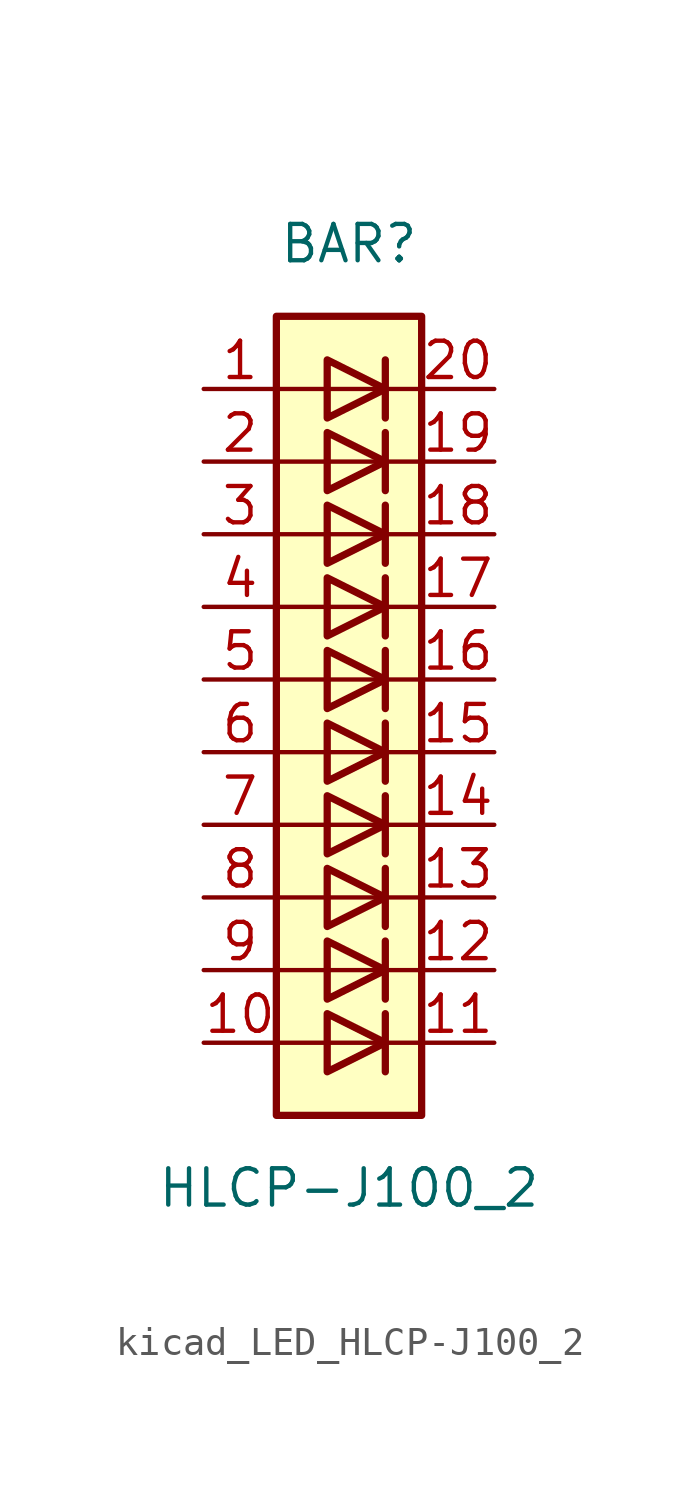
<source format=kicad_sym>
(kicad_symbol_lib
  (version 20220914)
  (generator kicad_symbol_editor)
  (symbol "kicad_LED_HLCP-J100_2"
    (pin_names
      (offset 1.016) hide)
    (property "Reference" "BAR"
      (at 0 15.24 0)
      (effects (font (size 1.27 1.27))))
    (property "Value" "HLCP-J100_2"
      (at 0 -17.78 0)
      (effects (font (size 1.27 1.27))))
    (symbol "kicad_LED_HLCP-J100_2_0_1"
      (rectangle (start -2.54 12.7) (end 2.54 -15.24) (stroke (width 0.254) (type default)) (fill (type background)))
      (polyline (pts (xy -2.54 -12.7) (xy 2.54 -12.7)) (stroke (width 0) (type default)) (fill (type none)))
      (polyline (pts (xy -2.54 -10.16) (xy 2.54 -10.16)) (stroke (width 0) (type default)) (fill (type none)))
      (polyline (pts (xy -2.54 -7.62) (xy 2.54 -7.62)) (stroke (width 0) (type default)) (fill (type none)))
      (polyline (pts (xy -2.54 -5.08) (xy 2.54 -5.08)) (stroke (width 0) (type default)) (fill (type none)))
      (polyline (pts (xy -2.54 0) (xy 2.54 0)) (stroke (width 0) (type default)) (fill (type none)))
      (polyline (pts (xy -2.54 5.08) (xy 2.54 5.08)) (stroke (width 0) (type default)) (fill (type none)))
      (polyline (pts (xy -2.54 7.62) (xy 2.54 7.62)) (stroke (width 0) (type default)) (fill (type none)))
      (polyline (pts (xy -2.54 10.16) (xy 2.54 10.16)) (stroke (width 0) (type default)) (fill (type none)))
      (polyline (pts (xy 1.27 -11.684) (xy 1.27 -13.716)) (stroke (width 0.254) (type default)) (fill (type none)))
      (polyline (pts (xy 1.27 -9.144) (xy 1.27 -11.176)) (stroke (width 0.254) (type default)) (fill (type none)))
      (polyline (pts (xy 1.27 -6.604) (xy 1.27 -8.636)) (stroke (width 0.254) (type default)) (fill (type none)))
      (polyline (pts (xy 1.27 -4.064) (xy 1.27 -6.096)) (stroke (width 0.254) (type default)) (fill (type none)))
      (polyline (pts (xy 1.27 -1.524) (xy 1.27 -3.556)) (stroke (width 0.254) (type default)) (fill (type none)))
      (polyline (pts (xy 1.27 1.016) (xy 1.27 -1.016)) (stroke (width 0.254) (type default)) (fill (type none)))
      (polyline (pts (xy 1.27 3.556) (xy 1.27 1.524)) (stroke (width 0.254) (type default)) (fill (type none)))
      (polyline (pts (xy 1.27 6.096) (xy 1.27 4.064)) (stroke (width 0.254) (type default)) (fill (type none)))
      (polyline (pts (xy 1.27 8.636) (xy 1.27 6.604)) (stroke (width 0.254) (type default)) (fill (type none)))
      (polyline (pts (xy 1.27 11.176) (xy 1.27 9.144)) (stroke (width 0.254) (type default)) (fill (type none)))
      (polyline (pts (xy 2.54 -2.54) (xy -2.54 -2.54)) (stroke (width 0) (type default)) (fill (type none)))
      (polyline (pts (xy 2.54 2.54) (xy -2.54 2.54)) (stroke (width 0) (type default)) (fill (type none)))
      (polyline (pts (xy -0.762 -11.684) (xy -0.762 -13.716) (xy 1.27 -12.7) (xy -0.762 -11.684)) (stroke (width 0.254) (type default)) (fill (type none)))
      (polyline (pts (xy -0.762 -9.144) (xy -0.762 -11.176) (xy 1.27 -10.16) (xy -0.762 -9.144)) (stroke (width 0.254) (type default)) (fill (type none)))
      (polyline (pts (xy -0.762 -6.604) (xy -0.762 -8.636) (xy 1.27 -7.62) (xy -0.762 -6.604)) (stroke (width 0.254) (type default)) (fill (type none)))
      (polyline (pts (xy -0.762 -4.064) (xy -0.762 -6.096) (xy 1.27 -5.08) (xy -0.762 -4.064)) (stroke (width 0.254) (type default)) (fill (type none)))
      (polyline (pts (xy -0.762 -1.524) (xy -0.762 -3.556) (xy 1.27 -2.54) (xy -0.762 -1.524)) (stroke (width 0.254) (type default)) (fill (type none)))
      (polyline (pts (xy -0.762 1.016) (xy -0.762 -1.016) (xy 1.27 0) (xy -0.762 1.016)) (stroke (width 0.254) (type default)) (fill (type none)))
      (polyline (pts (xy -0.762 3.556) (xy -0.762 1.524) (xy 1.27 2.54) (xy -0.762 3.556)) (stroke (width 0.254) (type default)) (fill (type none)))
      (polyline (pts (xy -0.762 6.096) (xy -0.762 4.064) (xy 1.27 5.08) (xy -0.762 6.096)) (stroke (width 0.254) (type default)) (fill (type none)))
      (polyline (pts (xy -0.762 8.636) (xy -0.762 6.604) (xy 1.27 7.62) (xy -0.762 8.636)) (stroke (width 0.254) (type default)) (fill (type none)))
      (polyline (pts (xy -0.762 11.176) (xy -0.762 9.144) (xy 1.27 10.16) (xy -0.762 11.176)) (stroke (width 0.254) (type default)) (fill (type none))))
    (symbol "kicad_LED_HLCP-J100_2_1_1"
      (pin passive line (at -5.08 10.16 0) (length 2.54) (name "A" (effects (font (size 1.27 1.27)))) (number "1" (effects (font (size 1.27 1.27)))))
      (pin passive line (at -5.08 -12.7 0) (length 2.54) (name "A" (effects (font (size 1.27 1.27)))) (number "10" (effects (font (size 1.27 1.27)))))
      (pin passive line (at 5.08 -12.7 180) (length 2.54) (name "K" (effects (font (size 1.27 1.27)))) (number "11" (effects (font (size 1.27 1.27)))))
      (pin passive line (at 5.08 -10.16 180) (length 2.54) (name "K" (effects (font (size 1.27 1.27)))) (number "12" (effects (font (size 1.27 1.27)))))
      (pin passive line (at 5.08 -7.62 180) (length 2.54) (name "K" (effects (font (size 1.27 1.27)))) (number "13" (effects (font (size 1.27 1.27)))))
      (pin passive line (at 5.08 -5.08 180) (length 2.54) (name "K" (effects (font (size 1.27 1.27)))) (number "14" (effects (font (size 1.27 1.27)))))
      (pin passive line (at 5.08 -2.54 180) (length 2.54) (name "K" (effects (font (size 1.27 1.27)))) (number "15" (effects (font (size 1.27 1.27)))))
      (pin passive line (at 5.08 0 180) (length 2.54) (name "K" (effects (font (size 1.27 1.27)))) (number "16" (effects (font (size 1.27 1.27)))))
      (pin passive line (at 5.08 2.54 180) (length 2.54) (name "K" (effects (font (size 1.27 1.27)))) (number "17" (effects (font (size 1.27 1.27)))))
      (pin passive line (at 5.08 5.08 180) (length 2.54) (name "K" (effects (font (size 1.27 1.27)))) (number "18" (effects (font (size 1.27 1.27)))))
      (pin passive line (at 5.08 7.62 180) (length 2.54) (name "K" (effects (font (size 1.27 1.27)))) (number "19" (effects (font (size 1.27 1.27)))))
      (pin passive line (at -5.08 7.62 0) (length 2.54) (name "A" (effects (font (size 1.27 1.27)))) (number "2" (effects (font (size 1.27 1.27)))))
      (pin passive line (at 5.08 10.16 180) (length 2.54) (name "K" (effects (font (size 1.27 1.27)))) (number "20" (effects (font (size 1.27 1.27)))))
      (pin passive line (at -5.08 5.08 0) (length 2.54) (name "A" (effects (font (size 1.27 1.27)))) (number "3" (effects (font (size 1.27 1.27)))))
      (pin passive line (at -5.08 2.54 0) (length 2.54) (name "A" (effects (font (size 1.27 1.27)))) (number "4" (effects (font (size 1.27 1.27)))))
      (pin passive line (at -5.08 0 0) (length 2.54) (name "A" (effects (font (size 1.27 1.27)))) (number "5" (effects (font (size 1.27 1.27)))))
      (pin passive line (at -5.08 -2.54 0) (length 2.54) (name "A" (effects (font (size 1.27 1.27)))) (number "6" (effects (font (size 1.27 1.27)))))
      (pin passive line (at -5.08 -5.08 0) (length 2.54) (name "A" (effects (font (size 1.27 1.27)))) (number "7" (effects (font (size 1.27 1.27)))))
      (pin passive line (at -5.08 -7.62 0) (length 2.54) (name "A" (effects (font (size 1.27 1.27)))) (number "8" (effects (font (size 1.27 1.27)))))
      (pin passive line (at -5.08 -10.16 0) (length 2.54) (name "A" (effects (font (size 1.27 1.27)))) (number "9" (effects (font (size 1.27 1.27))))))))
</source>
